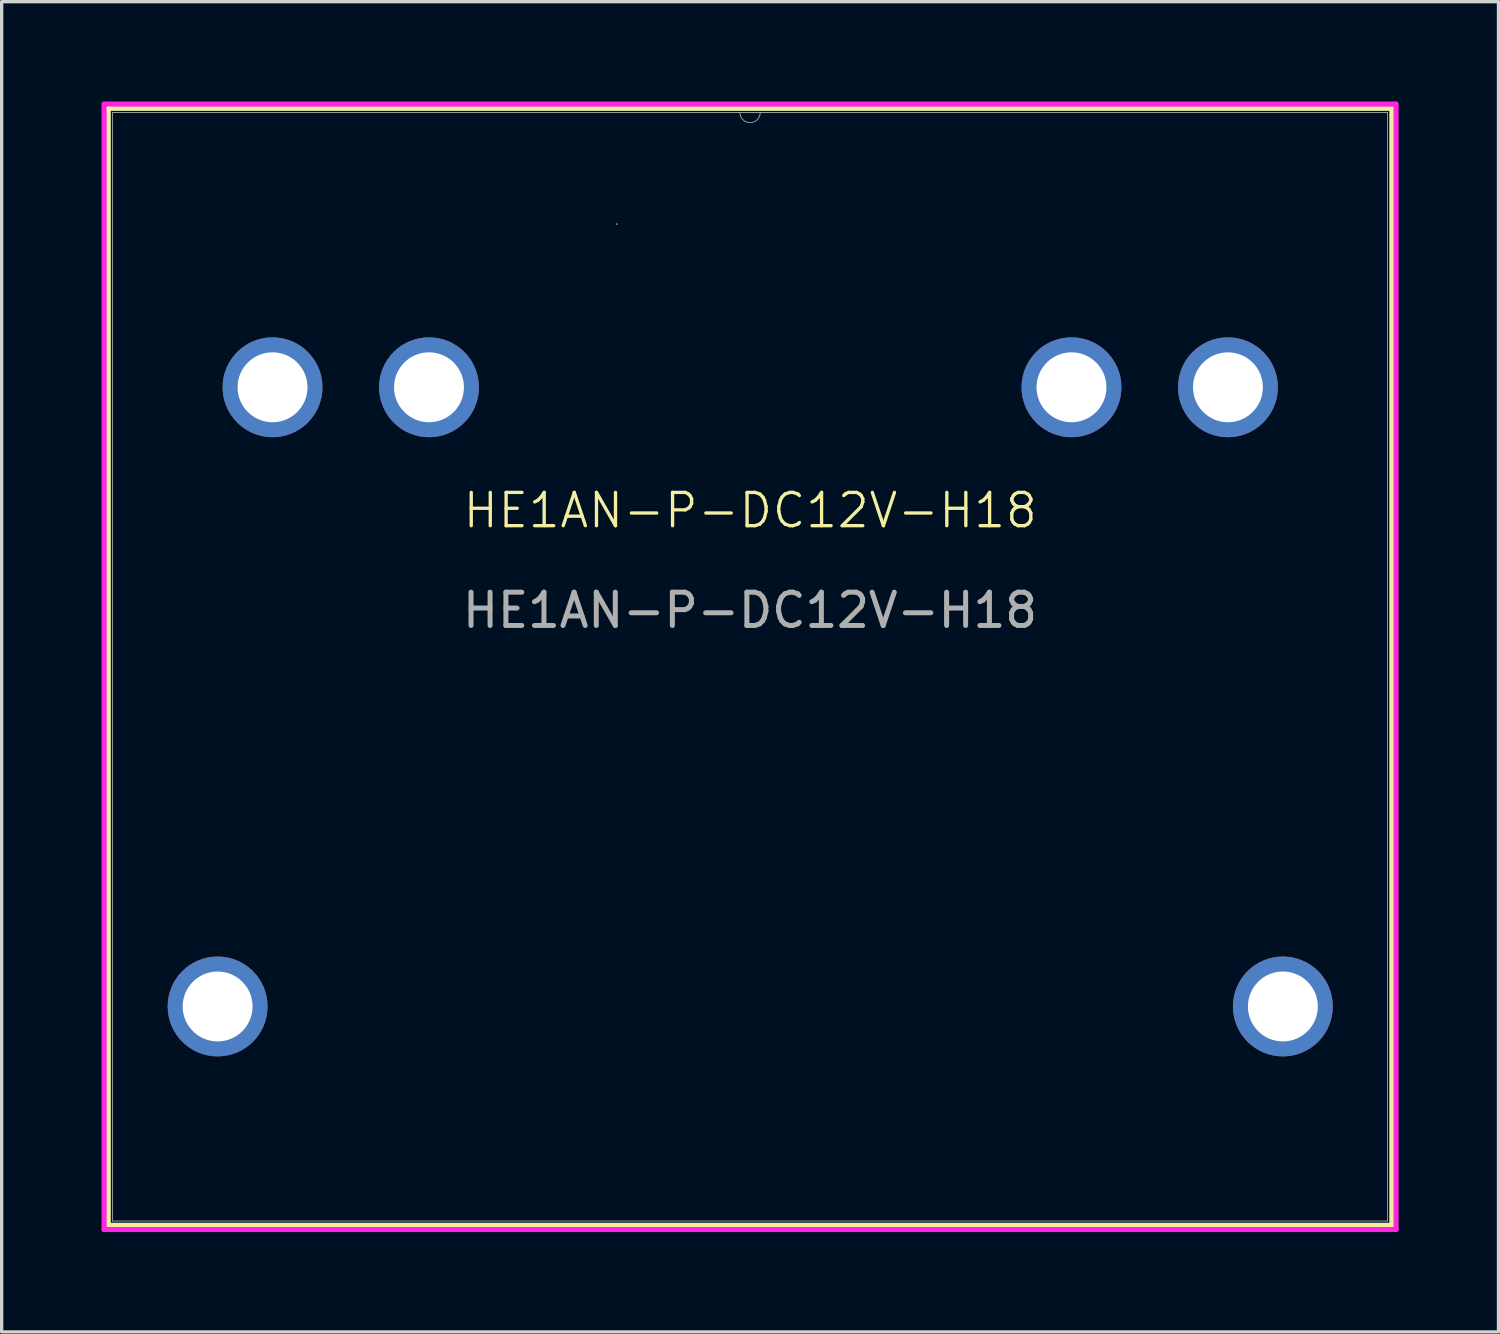
<source format=kicad_pcb>
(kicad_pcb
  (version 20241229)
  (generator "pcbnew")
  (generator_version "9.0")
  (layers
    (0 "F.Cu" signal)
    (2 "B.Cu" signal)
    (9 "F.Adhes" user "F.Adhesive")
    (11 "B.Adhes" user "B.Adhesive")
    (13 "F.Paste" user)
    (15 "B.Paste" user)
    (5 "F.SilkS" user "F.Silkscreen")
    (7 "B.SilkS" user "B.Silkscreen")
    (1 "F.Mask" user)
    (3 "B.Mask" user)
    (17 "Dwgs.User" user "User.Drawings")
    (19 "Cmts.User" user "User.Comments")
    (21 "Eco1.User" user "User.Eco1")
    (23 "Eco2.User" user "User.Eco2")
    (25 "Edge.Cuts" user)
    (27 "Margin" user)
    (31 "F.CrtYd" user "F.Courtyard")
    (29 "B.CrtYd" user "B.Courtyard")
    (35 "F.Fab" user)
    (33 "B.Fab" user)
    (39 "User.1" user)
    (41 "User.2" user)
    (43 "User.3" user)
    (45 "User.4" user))
  (footprint "HE1AN-P-DC12V-H18"
    (layer "F.Cu")
    (at 19.487 14.484)
    (property "Reference" "HE1AN-P-DC12V-H18" (at 0 -2.2 0) (unlocked yes) (layer "F.SilkS") (effects (font (size 1 1) (thickness 0.1))))
    (attr through_hole)
    (fp_line (start -19.284 -14.28) (end -19.284 19.273) (stroke (width 0.152) (type solid)) (layer "F.SilkS"))
    (fp_line (start -19.284 19.273) (end 19.273 19.273) (stroke (width 0.152) (type solid)) (layer "F.SilkS"))
    (fp_line (start 19.273 -14.28) (end -19.284 -14.28) (stroke (width 0.152) (type solid)) (layer "F.SilkS"))
    (fp_line (start 19.273 19.273) (end 19.273 -14.28) (stroke (width 0.152) (type solid)) (layer "F.SilkS"))
    (fp_line (start -19.411 -14.407) (end 19.4 -14.407) (stroke (width 0.152) (type solid)) (layer "F.CrtYd"))
    (fp_line (start -19.411 19.4) (end -19.411 -14.407) (stroke (width 0.152) (type solid)) (layer "F.CrtYd"))
    (fp_line (start 19.4 -14.407) (end 19.4 19.4) (stroke (width 0.152) (type solid)) (layer "F.CrtYd"))
    (fp_line (start 19.4 19.4) (end -19.411 19.4) (stroke (width 0.152) (type solid)) (layer "F.CrtYd"))
    (fp_line (start -19.157 -14.153) (end -19.157 19.146) (stroke (width 0.025) (type solid)) (layer "F.Fab"))
    (fp_line (start -19.157 19.146) (end 19.146 19.146) (stroke (width 0.025) (type solid)) (layer "F.Fab"))
    (fp_line (start 19.146 -14.153) (end -19.157 -14.153) (stroke (width 0.025) (type solid)) (layer "F.Fab"))
    (fp_line (start 19.146 19.146) (end 19.146 -14.153) (stroke (width 0.025) (type solid)) (layer "F.Fab"))
    (fp_arc (start 0.2992 -14.1534) (mid -0.0056 -13.8486) (end -0.3104 -14.1534) (stroke (width 0.0254) (type solid)) (layer "F.Fab"))
    (fp_circle (center -4.006 -10.803) (end -4.006 -10.803) (stroke (width 0.025) (type solid)) (fill no) (layer "F.Fab"))
    (fp_text user "${REFERENCE}" (at -0.006 0.8 0) (unlocked yes) (layer "F.Fab") (effects (font (size 1 1) (thickness 0.15))))
    (pad "1" thru_hole circle (at -14.35 -5.9) (size 3 3) (drill 2.1) (layers "*.Cu" "*.Mask"))
    (pad "1" thru_hole circle (at -9.65 -5.9) (size 3 3) (drill 2.1) (layers "*.Cu" "*.Mask"))
    (pad "4" thru_hole circle (at 9.65 -5.9) (size 3 3) (drill 2.1) (layers "*.Cu" "*.Mask"))
    (pad "4" thru_hole circle (at 14.35 -5.9) (size 3 3) (drill 2.1) (layers "*.Cu" "*.Mask"))
    (pad "5" thru_hole circle (at 16 12.7) (size 3 3) (drill 2.1) (layers "*.Cu" "*.Mask"))
    (pad "6" thru_hole circle (at -16 12.7) (size 3 3) (drill 2.1) (layers "*.Cu" "*.Mask")))
  (gr_rect
    (start -3 -3)
    (end 41.964 36.96)
    (stroke (width 0.1) (type default))
    (fill no)
    (layer "Edge.Cuts")))
</source>
